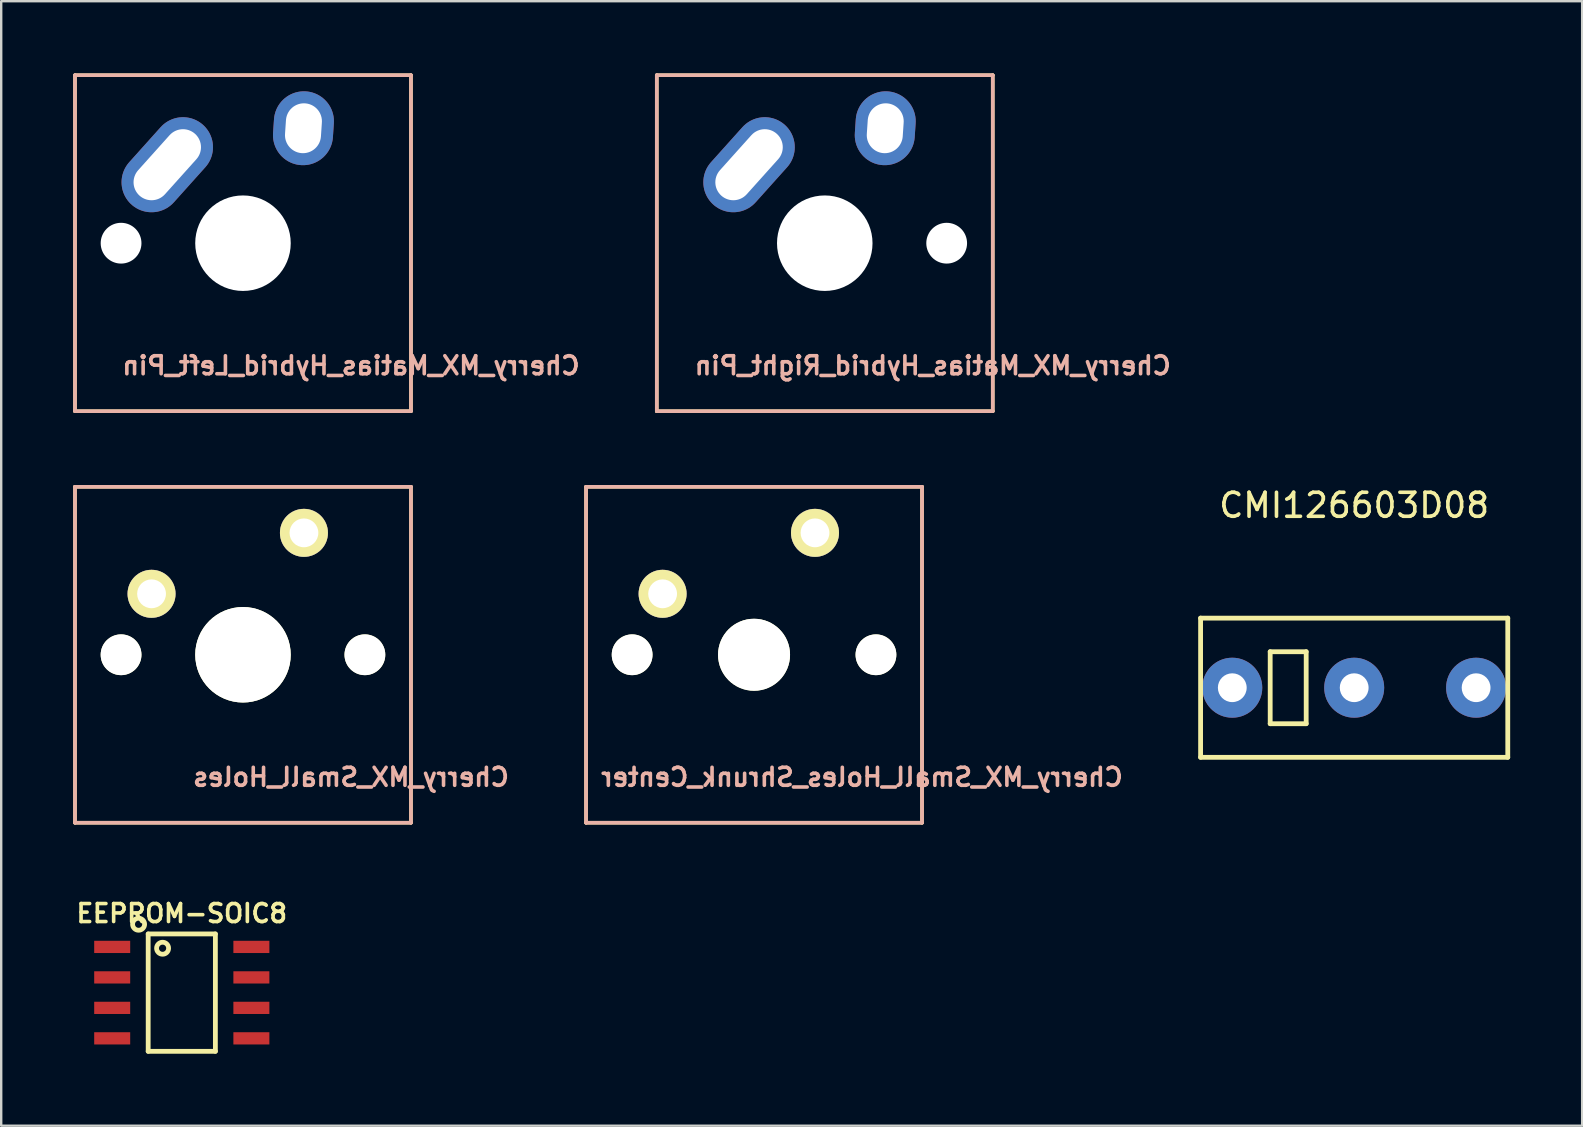
<source format=kicad_pcb>
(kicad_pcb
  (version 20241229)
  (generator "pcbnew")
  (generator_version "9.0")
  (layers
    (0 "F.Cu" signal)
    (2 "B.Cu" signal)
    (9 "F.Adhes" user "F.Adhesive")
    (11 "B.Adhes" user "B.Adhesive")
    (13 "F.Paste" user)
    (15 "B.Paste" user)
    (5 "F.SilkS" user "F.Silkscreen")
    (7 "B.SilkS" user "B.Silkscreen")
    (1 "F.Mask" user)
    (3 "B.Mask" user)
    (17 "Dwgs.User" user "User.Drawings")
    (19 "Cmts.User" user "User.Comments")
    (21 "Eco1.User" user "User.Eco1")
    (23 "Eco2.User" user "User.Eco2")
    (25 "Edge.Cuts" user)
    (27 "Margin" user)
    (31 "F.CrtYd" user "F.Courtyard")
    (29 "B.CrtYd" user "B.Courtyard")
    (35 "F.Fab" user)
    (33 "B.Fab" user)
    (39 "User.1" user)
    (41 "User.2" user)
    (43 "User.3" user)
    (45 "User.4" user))
  (footprint "CMI126603D08"
    (layer "F.Cu")
    (at 53.379 25.607)
    (property "Reference" "CMI126603D08" (at 0 -7.6 0) (layer "F.SilkS") (effects (font (size 1 1) (thickness 0.15))))
    (attr through_hole)
    (fp_line (start -6.4 -2.9) (end -6.4 2.9) (stroke (width 0.2) (type solid)) (layer "F.SilkS"))
    (fp_line (start -6.4 2.9) (end 6.4 2.9) (stroke (width 0.2) (type solid)) (layer "F.SilkS"))
    (fp_line (start -3.5 -1.5) (end -2 -1.5) (stroke (width 0.2) (type solid)) (layer "F.SilkS"))
    (fp_line (start -3.5 1.5) (end -3.5 -1.5) (stroke (width 0.2) (type solid)) (layer "F.SilkS"))
    (fp_line (start -2 -1.5) (end -2 1.5) (stroke (width 0.2) (type solid)) (layer "F.SilkS"))
    (fp_line (start -2 1.5) (end -3.5 1.5) (stroke (width 0.2) (type solid)) (layer "F.SilkS"))
    (fp_line (start 6.4 -2.9) (end -6.4 -2.9) (stroke (width 0.2) (type solid)) (layer "F.SilkS"))
    (fp_line (start 6.4 -2.9) (end 6.4 2.9) (stroke (width 0.2) (type solid)) (layer "F.SilkS"))
    (pad "1" thru_hole circle (at -5.08 0) (size 2.5 2.5) (drill 1.2) (layers "*.Cu" "*.Mask"))
    (pad "2" thru_hole circle (at 0 0) (size 2.5 2.5) (drill 1.2) (layers "*.Cu" "*.Mask"))
    (pad "3" thru_hole circle (at 5.08 0) (size 2.5 2.5) (drill 1.2) (layers "*.Cu" "*.Mask")))
  (footprint "EEPROM-SOIC8"
    (layer "F.Cu")
    (at 4.525 38.313)
    (property "Reference" "EEPROM-SOIC8" (at 0 -3.302 0) (layer "F.SilkS") (effects (font (size 0.75 0.75) (thickness 0.15))))
    (attr smd)
    (fp_line (start -1.4 -2.445) (end 1.4 -2.445) (stroke (width 0.2) (type solid)) (layer "F.SilkS"))
    (fp_line (start -1.4 2.445) (end -1.4 -2.445) (stroke (width 0.2) (type solid)) (layer "F.SilkS"))
    (fp_line (start 1.4 -2.445) (end 1.4 2.445) (stroke (width 0.2) (type solid)) (layer "F.SilkS"))
    (fp_line (start 1.4 2.445) (end -1.4 2.445) (stroke (width 0.2) (type solid)) (layer "F.SilkS"))
    (fp_circle (center -1.8 -2.85) (end -1.8 -3.1) (stroke (width 0.2) (type solid)) (fill no) (layer "F.SilkS"))
    (fp_circle (center -0.8 -1.85) (end -0.8 -2.1) (stroke (width 0.2) (type solid)) (fill no) (layer "F.SilkS"))
    (pad "1" smd rect (at -2.9 -1.905) (size 1.5 0.51) (layers "F.Cu" "F.Mask" "F.Paste"))
    (pad "2" smd rect (at -2.9 -0.635) (size 1.5 0.51) (layers "F.Cu" "F.Mask" "F.Paste"))
    (pad "3" smd rect (at -2.9 0.635) (size 1.5 0.51) (layers "F.Cu" "F.Mask" "F.Paste"))
    (pad "4" smd rect (at -2.9 1.905) (size 1.5 0.51) (layers "F.Cu" "F.Mask" "F.Paste"))
    (pad "5" smd rect (at 2.9 1.905) (size 1.5 0.51) (layers "F.Cu" "F.Mask" "F.Paste"))
    (pad "6" smd rect (at 2.9 0.635) (size 1.5 0.51) (layers "F.Cu" "F.Mask" "F.Paste"))
    (pad "7" smd rect (at 2.9 -0.635) (size 1.5 0.51) (layers "F.Cu" "F.Mask" "F.Paste"))
    (pad "8" smd rect (at 2.9 -1.905) (size 1.5 0.51) (layers "F.Cu" "F.Mask" "F.Paste")))
  (footprint "Cherry_MX_Small_Holes_Shrunk_Center"
    (layer "F.Cu")
    (at 28.371 24.234)
    (property "Reference" "Cherry_MX_Small_Holes_Shrunk_Center" (at 4.5 5.1 0) (layer "B.SilkS") (effects (font (size 0.75 0.75) (thickness 0.15)) (justify mirror)))
    (attr through_hole)
    (fp_line (start -7 -7) (end 7 -7) (stroke (width 0.15) (type solid)) (layer "F.SilkS"))
    (fp_line (start -7 7) (end -7 -7) (stroke (width 0.15) (type solid)) (layer "F.SilkS"))
    (fp_line (start 7 -7) (end 7 7) (stroke (width 0.15) (type solid)) (layer "F.SilkS"))
    (fp_line (start 7 7) (end -7 7) (stroke (width 0.15) (type solid)) (layer "F.SilkS"))
    (fp_line (start -7 -7) (end 7 -7) (stroke (width 0.15) (type solid)) (layer "B.SilkS"))
    (fp_line (start -7 7) (end -7 -7) (stroke (width 0.15) (type solid)) (layer "B.SilkS"))
    (fp_line (start 7 -7) (end 7 7) (stroke (width 0.15) (type solid)) (layer "B.SilkS"))
    (fp_line (start 7 7) (end -7 7) (stroke (width 0.15) (type solid)) (layer "B.SilkS"))
    (pad "" np_thru_hole circle (at -5.08 0) (size 1.699 1.699) (drill 1.699) (layers "*.Cu" "*.Mask" "F.SilkS"))
    (pad "" np_thru_hole circle (at 0 0) (size 3 3) (drill 3) (layers "*.Cu" "*.Mask" "F.SilkS"))
    (pad "" np_thru_hole circle (at 5.08 0) (size 1.699 1.699) (drill 1.699) (layers "*.Cu" "*.Mask" "F.SilkS"))
    (pad "1" thru_hole oval (at -3.81 -2.54 318.1) (size 2 2) (drill 1.2) (layers "*.Cu" "*.Mask" "F.SilkS"))
    (pad "2" thru_hole oval (at 2.54 -5.08 356.1) (size 2 2) (drill 1.2) (layers "*.Cu" "*.Mask" "F.SilkS")))
  (footprint "Cherry_MX_Matias_Hybrid_Left_Pin"
    (layer "F.Cu")
    (at 7.075 7.084)
    (property "Reference" "Cherry_MX_Matias_Hybrid_Left_Pin" (at 4.5 5.1 180) (layer "B.SilkS") (effects (font (size 0.75 0.75) (thickness 0.15)) (justify mirror)))
    (attr through_hole)
    (fp_line (start -7 -7) (end 7 -7) (stroke (width 0.15) (type solid)) (layer "F.SilkS"))
    (fp_line (start -7 7) (end -7 -7) (stroke (width 0.15) (type solid)) (layer "F.SilkS"))
    (fp_line (start 7 -7) (end 7 7) (stroke (width 0.15) (type solid)) (layer "F.SilkS"))
    (fp_line (start 7 7) (end -7 7) (stroke (width 0.15) (type solid)) (layer "F.SilkS"))
    (fp_line (start -7 -7) (end 7 -7) (stroke (width 0.15) (type solid)) (layer "B.SilkS"))
    (fp_line (start -7 7) (end -7 -7) (stroke (width 0.15) (type solid)) (layer "B.SilkS"))
    (fp_line (start 7 -7) (end 7 7) (stroke (width 0.15) (type solid)) (layer "B.SilkS"))
    (fp_line (start 7 7) (end -7 7) (stroke (width 0.15) (type solid)) (layer "B.SilkS"))
    (fp_line (start -3.985 -5.337) (end -5.302 -3.874) (stroke (width 0.01) (type solid)) (layer "Eco1.User"))
    (fp_line (start -1.012 -2.661) (end -2.325 -1.203) (stroke (width 0.01) (type solid)) (layer "Eco1.User"))
    (fp_line (start 0.544 -5.215) (end 0.505 -4.637) (stroke (width 0.01) (type solid)) (layer "Eco1.User"))
    (fp_line (start 4.535 -4.943) (end 4.496 -4.365) (stroke (width 0.01) (type solid)) (layer "Eco1.User"))
    (fp_arc (start -3.984939 -5.337371) (mid -1.160389 -5.485399) (end -1.012361 -2.660849) (stroke (width 0.01) (type solid)) (layer "Eco1.User"))
    (fp_arc (start -2.325005 -1.202629) (mid -5.149556 -1.0546) (end -5.297585 -3.879151) (stroke (width 0.01) (type solid)) (layer "Eco1.User"))
    (fp_arc (start 0.544355 -5.215358) (mid 2.675707 -7.074008) (end 4.535093 -4.943298) (stroke (width 0.01) (type solid)) (layer "Eco1.User"))
    (fp_arc (start 4.495645 -4.36464) (mid 2.364245 -2.505302) (end 0.504907 -4.636702) (stroke (width 0.01) (type solid)) (layer "Eco1.User"))
    (pad "" np_thru_hole circle (at -5.08 0) (size 1.699 1.699) (drill 1.699) (layers "*.Cu" "*.Mask"))
    (pad "" np_thru_hole circle (at 0 0) (size 3.98 3.98) (drill 3.98) (layers "*.Cu" "*.Mask"))
    (pad "1" thru_hole oval (at -3.155 -3.27 318.1) (size 2.5 4.462) (drill oval 1.5 3.462) (layers "*.Cu" "*.Mask"))
    (pad "2" thru_hole oval (at 2.52 -4.79 356.1) (size 2.5 3.08) (drill oval 1.5 2.08) (layers "*.Cu" "*.Mask")))
  (footprint "Cherry_MX_Matias_Hybrid_Right_Pin"
    (layer "F.Cu")
    (at 31.318 7.084)
    (property "Reference" "Cherry_MX_Matias_Hybrid_Right_Pin" (at 4.5 5.1 0) (layer "B.SilkS") (effects (font (size 0.75 0.75) (thickness 0.15)) (justify mirror)))
    (attr through_hole)
    (fp_line (start -7 -7) (end 7 -7) (stroke (width 0.15) (type solid)) (layer "F.SilkS"))
    (fp_line (start -7 7) (end -7 -7) (stroke (width 0.15) (type solid)) (layer "F.SilkS"))
    (fp_line (start 7 -7) (end 7 7) (stroke (width 0.15) (type solid)) (layer "F.SilkS"))
    (fp_line (start 7 7) (end -7 7) (stroke (width 0.15) (type solid)) (layer "F.SilkS"))
    (fp_line (start -7 -7) (end 7 -7) (stroke (width 0.15) (type solid)) (layer "B.SilkS"))
    (fp_line (start -7 7) (end -7 -7) (stroke (width 0.15) (type solid)) (layer "B.SilkS"))
    (fp_line (start 7 -7) (end 7 7) (stroke (width 0.15) (type solid)) (layer "B.SilkS"))
    (fp_line (start 7 7) (end -7 7) (stroke (width 0.15) (type solid)) (layer "B.SilkS"))
    (fp_line (start -3.985 -5.337) (end -5.302 -3.874) (stroke (width 0.01) (type solid)) (layer "Eco1.User"))
    (fp_line (start -1.012 -2.661) (end -2.325 -1.203) (stroke (width 0.01) (type solid)) (layer "Eco1.User"))
    (fp_line (start 0.544 -5.215) (end 0.505 -4.637) (stroke (width 0.01) (type solid)) (layer "Eco1.User"))
    (fp_line (start 4.535 -4.943) (end 4.496 -4.365) (stroke (width 0.01) (type solid)) (layer "Eco1.User"))
    (fp_arc (start -3.984939 -5.337371) (mid -1.160389 -5.485399) (end -1.012361 -2.660849) (stroke (width 0.01) (type solid)) (layer "Eco1.User"))
    (fp_arc (start -2.325005 -1.202629) (mid -5.149556 -1.0546) (end -5.297585 -3.879151) (stroke (width 0.01) (type solid)) (layer "Eco1.User"))
    (fp_arc (start 0.544355 -5.215358) (mid 2.675707 -7.074008) (end 4.535093 -4.943298) (stroke (width 0.01) (type solid)) (layer "Eco1.User"))
    (fp_arc (start 4.495645 -4.36464) (mid 2.364245 -2.505302) (end 0.504907 -4.636702) (stroke (width 0.01) (type solid)) (layer "Eco1.User"))
    (pad "" np_thru_hole circle (at 0 0) (size 3.98 3.98) (drill 3.98) (layers "*.Cu" "*.Mask"))
    (pad "" np_thru_hole circle (at 5.08 0) (size 1.699 1.699) (drill 1.699) (layers "*.Cu" "*.Mask"))
    (pad "1" thru_hole oval (at -3.155 -3.27 318.1) (size 2.5 4.462) (drill oval 1.5 3.462) (layers "*.Cu" "*.Mask"))
    (pad "2" thru_hole oval (at 2.52 -4.79 356.1) (size 2.5 3.08) (drill oval 1.5 2.08) (layers "*.Cu" "*.Mask")))
  (footprint "Cherry_MX_Small_Holes"
    (layer "F.Cu")
    (at 7.075 24.234)
    (property "Reference" "Cherry_MX_Small_Holes" (at 4.5 5.1 0) (layer "B.SilkS") (effects (font (size 0.75 0.75) (thickness 0.15)) (justify mirror)))
    (attr through_hole)
    (fp_line (start -7 -7) (end 7 -7) (stroke (width 0.15) (type solid)) (layer "F.SilkS"))
    (fp_line (start -7 7) (end -7 -7) (stroke (width 0.15) (type solid)) (layer "F.SilkS"))
    (fp_line (start 7 -7) (end 7 7) (stroke (width 0.15) (type solid)) (layer "F.SilkS"))
    (fp_line (start 7 7) (end -7 7) (stroke (width 0.15) (type solid)) (layer "F.SilkS"))
    (fp_line (start -7 -7) (end 7 -7) (stroke (width 0.15) (type solid)) (layer "B.SilkS"))
    (fp_line (start -7 7) (end -7 -7) (stroke (width 0.15) (type solid)) (layer "B.SilkS"))
    (fp_line (start 7 -7) (end 7 7) (stroke (width 0.15) (type solid)) (layer "B.SilkS"))
    (fp_line (start 7 7) (end -7 7) (stroke (width 0.15) (type solid)) (layer "B.SilkS"))
    (pad "" np_thru_hole circle (at -5.08 0) (size 1.699 1.699) (drill 1.699) (layers "*.Cu" "*.Mask" "F.SilkS"))
    (pad "" np_thru_hole circle (at 0 0) (size 3.98 3.98) (drill 3.98) (layers "*.Cu" "*.Mask" "F.SilkS"))
    (pad "" np_thru_hole circle (at 5.08 0) (size 1.699 1.699) (drill 1.699) (layers "*.Cu" "*.Mask" "F.SilkS"))
    (pad "1" thru_hole oval (at -3.81 -2.54 318.1) (size 2 2) (drill 1.2) (layers "*.Cu" "*.Mask" "F.SilkS"))
    (pad "2" thru_hole oval (at 2.54 -5.08 356.1) (size 2 2) (drill 1.2) (layers "*.Cu" "*.Mask" "F.SilkS")))
  (gr_rect
    (start -3 -3)
    (end 62.879 43.858)
    (stroke (width 0.1) (type default))
    (fill no)
    (layer "Edge.Cuts")))
</source>
